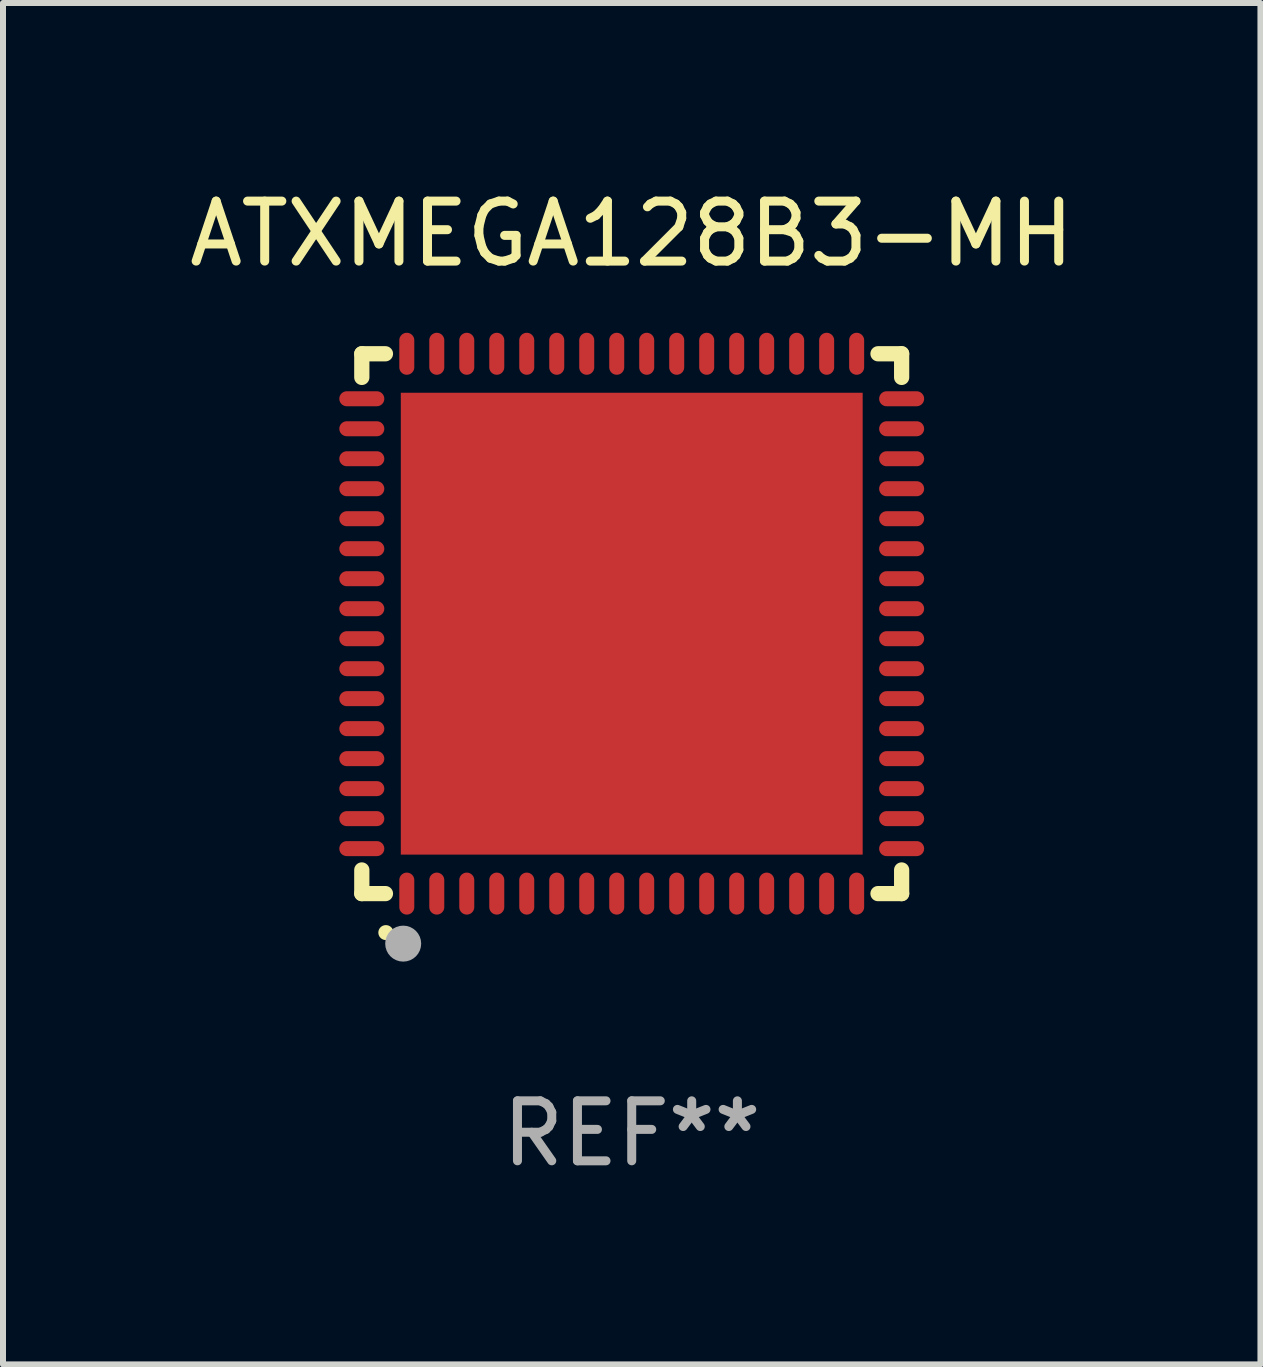
<source format=kicad_pcb>
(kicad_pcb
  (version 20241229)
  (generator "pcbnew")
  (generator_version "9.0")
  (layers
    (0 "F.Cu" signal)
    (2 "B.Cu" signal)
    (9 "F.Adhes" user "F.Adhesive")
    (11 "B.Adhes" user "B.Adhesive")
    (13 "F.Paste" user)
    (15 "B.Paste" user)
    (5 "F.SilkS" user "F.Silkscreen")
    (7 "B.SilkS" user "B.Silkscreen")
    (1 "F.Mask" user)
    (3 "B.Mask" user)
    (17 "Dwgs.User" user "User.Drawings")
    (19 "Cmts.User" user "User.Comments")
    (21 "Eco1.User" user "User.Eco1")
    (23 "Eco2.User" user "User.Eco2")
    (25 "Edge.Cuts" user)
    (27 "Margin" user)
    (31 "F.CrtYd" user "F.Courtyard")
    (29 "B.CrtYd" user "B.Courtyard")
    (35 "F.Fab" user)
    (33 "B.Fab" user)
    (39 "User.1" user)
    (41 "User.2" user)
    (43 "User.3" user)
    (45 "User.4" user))
  (footprint "ATXMEGA128B3-MH"
    (layer "F.Cu")
    (at 7.482 7.348)
    (property "Reference" "ATXMEGA128B3-MH" (at 0 -6.5 0) (layer "F.SilkS") (effects (font (size 1 1) (thickness 0.15))))
    (attr through_hole)
    (fp_line (start -4.5 -4.5) (end -4.106 -4.5) (stroke (width 0.254) (type solid)) (layer "F.SilkS"))
    (fp_line (start -4.5 -4.106) (end -4.5 -4.5) (stroke (width 0.254) (type solid)) (layer "F.SilkS"))
    (fp_line (start -4.5 4.5) (end -4.5 4.106) (stroke (width 0.254) (type solid)) (layer "F.SilkS"))
    (fp_line (start -4.106 4.5) (end -4.5 4.5) (stroke (width 0.254) (type solid)) (layer "F.SilkS"))
    (fp_line (start 4.106 -4.5) (end 4.5 -4.5) (stroke (width 0.254) (type solid)) (layer "F.SilkS"))
    (fp_line (start 4.5 -4.5) (end 4.5 -4.106) (stroke (width 0.254) (type solid)) (layer "F.SilkS"))
    (fp_line (start 4.5 4.106) (end 4.5 4.5) (stroke (width 0.254) (type solid)) (layer "F.SilkS"))
    (fp_line (start 4.5 4.5) (end 4.106 4.5) (stroke (width 0.254) (type solid)) (layer "F.SilkS"))
    (fp_arc (start -4.099987 5.149898) (mid -4.098717 5.149892) (end -4.097447 5.149898) (stroke (width 0.24892) (type solid)) (layer "F.SilkS"))
    (fp_circle (center -4.5 4.5) (end -4.47 4.5) (stroke (width 0.06) (type solid)) (fill no) (layer "F.SilkS"))
    (fp_circle (center -3.81 5.334) (end -3.66 5.334) (stroke (width 0.3) (type solid)) (fill no) (layer "F.Fab"))
    (fp_text user "REF**" (at 0 8.5 0) (layer "F.Fab") (effects (font (size 1 1) (thickness 0.15))))
    (pad "1" smd oval (at -3.75 4.5) (size 0.25 0.7) (layers "F.Cu" "F.Mask" "F.Paste"))
    (pad "2" smd oval (at -3.25 4.5) (size 0.25 0.7) (layers "F.Cu" "F.Mask" "F.Paste"))
    (pad "3" smd oval (at -2.75 4.5) (size 0.25 0.7) (layers "F.Cu" "F.Mask" "F.Paste"))
    (pad "4" smd oval (at -2.25 4.5) (size 0.25 0.7) (layers "F.Cu" "F.Mask" "F.Paste"))
    (pad "5" smd oval (at -1.75 4.5) (size 0.25 0.7) (layers "F.Cu" "F.Mask" "F.Paste"))
    (pad "6" smd oval (at -1.25 4.5) (size 0.25 0.7) (layers "F.Cu" "F.Mask" "F.Paste"))
    (pad "7" smd oval (at -0.75 4.5) (size 0.25 0.7) (layers "F.Cu" "F.Mask" "F.Paste"))
    (pad "8" smd oval (at -0.25 4.5) (size 0.25 0.7) (layers "F.Cu" "F.Mask" "F.Paste"))
    (pad "9" smd oval (at 0.25 4.5) (size 0.25 0.7) (layers "F.Cu" "F.Mask" "F.Paste"))
    (pad "10" smd oval (at 0.75 4.5) (size 0.25 0.7) (layers "F.Cu" "F.Mask" "F.Paste"))
    (pad "11" smd oval (at 1.25 4.5) (size 0.25 0.7) (layers "F.Cu" "F.Mask" "F.Paste"))
    (pad "12" smd oval (at 1.75 4.5) (size 0.25 0.7) (layers "F.Cu" "F.Mask" "F.Paste"))
    (pad "13" smd oval (at 2.25 4.5) (size 0.25 0.7) (layers "F.Cu" "F.Mask" "F.Paste"))
    (pad "14" smd oval (at 2.75 4.5) (size 0.25 0.7) (layers "F.Cu" "F.Mask" "F.Paste"))
    (pad "15" smd oval (at 3.25 4.5) (size 0.25 0.7) (layers "F.Cu" "F.Mask" "F.Paste"))
    (pad "16" smd oval (at 3.75 4.5) (size 0.25 0.7) (layers "F.Cu" "F.Mask" "F.Paste"))
    (pad "17" smd oval (at 4.5 3.75) (size 0.75 0.25) (layers "F.Cu" "F.Mask" "F.Paste"))
    (pad "18" smd oval (at 4.5 3.25) (size 0.75 0.25) (layers "F.Cu" "F.Mask" "F.Paste"))
    (pad "19" smd oval (at 4.5 2.75) (size 0.75 0.25) (layers "F.Cu" "F.Mask" "F.Paste"))
    (pad "20" smd oval (at 4.5 2.25) (size 0.75 0.25) (layers "F.Cu" "F.Mask" "F.Paste"))
    (pad "21" smd oval (at 4.5 1.75) (size 0.75 0.25) (layers "F.Cu" "F.Mask" "F.Paste"))
    (pad "22" smd oval (at 4.5 1.25) (size 0.75 0.25) (layers "F.Cu" "F.Mask" "F.Paste"))
    (pad "23" smd oval (at 4.5 0.75) (size 0.75 0.25) (layers "F.Cu" "F.Mask" "F.Paste"))
    (pad "24" smd oval (at 4.5 0.25) (size 0.75 0.25) (layers "F.Cu" "F.Mask" "F.Paste"))
    (pad "25" smd oval (at 4.5 -0.25) (size 0.75 0.25) (layers "F.Cu" "F.Mask" "F.Paste"))
    (pad "26" smd oval (at 4.5 -0.75) (size 0.75 0.25) (layers "F.Cu" "F.Mask" "F.Paste"))
    (pad "27" smd oval (at 4.5 -1.25) (size 0.75 0.25) (layers "F.Cu" "F.Mask" "F.Paste"))
    (pad "28" smd oval (at 4.5 -1.75) (size 0.75 0.25) (layers "F.Cu" "F.Mask" "F.Paste"))
    (pad "29" smd oval (at 4.5 -2.25) (size 0.75 0.25) (layers "F.Cu" "F.Mask" "F.Paste"))
    (pad "30" smd oval (at 4.5 -2.75) (size 0.75 0.25) (layers "F.Cu" "F.Mask" "F.Paste"))
    (pad "31" smd oval (at 4.5 -3.25) (size 0.75 0.25) (layers "F.Cu" "F.Mask" "F.Paste"))
    (pad "32" smd oval (at 4.5 -3.75) (size 0.75 0.25) (layers "F.Cu" "F.Mask" "F.Paste"))
    (pad "33" smd oval (at 3.75 -4.5) (size 0.25 0.7) (layers "F.Cu" "F.Mask" "F.Paste"))
    (pad "34" smd oval (at 3.25 -4.5) (size 0.25 0.7) (layers "F.Cu" "F.Mask" "F.Paste"))
    (pad "35" smd oval (at 2.75 -4.5) (size 0.25 0.7) (layers "F.Cu" "F.Mask" "F.Paste"))
    (pad "36" smd oval (at 2.25 -4.5) (size 0.25 0.7) (layers "F.Cu" "F.Mask" "F.Paste"))
    (pad "37" smd oval (at 1.75 -4.5) (size 0.25 0.7) (layers "F.Cu" "F.Mask" "F.Paste"))
    (pad "38" smd oval (at 1.25 -4.5) (size 0.25 0.7) (layers "F.Cu" "F.Mask" "F.Paste"))
    (pad "39" smd oval (at 0.75 -4.5) (size 0.25 0.7) (layers "F.Cu" "F.Mask" "F.Paste"))
    (pad "40" smd oval (at 0.25 -4.5) (size 0.25 0.7) (layers "F.Cu" "F.Mask" "F.Paste"))
    (pad "41" smd oval (at -0.25 -4.5) (size 0.25 0.7) (layers "F.Cu" "F.Mask" "F.Paste"))
    (pad "42" smd oval (at -0.75 -4.5) (size 0.25 0.7) (layers "F.Cu" "F.Mask" "F.Paste"))
    (pad "43" smd oval (at -1.25 -4.5) (size 0.25 0.7) (layers "F.Cu" "F.Mask" "F.Paste"))
    (pad "44" smd oval (at -1.75 -4.5) (size 0.25 0.7) (layers "F.Cu" "F.Mask" "F.Paste"))
    (pad "45" smd oval (at -2.25 -4.5) (size 0.25 0.7) (layers "F.Cu" "F.Mask" "F.Paste"))
    (pad "46" smd oval (at -2.75 -4.5) (size 0.25 0.7) (layers "F.Cu" "F.Mask" "F.Paste"))
    (pad "47" smd oval (at -3.25 -4.5) (size 0.25 0.7) (layers "F.Cu" "F.Mask" "F.Paste"))
    (pad "48" smd oval (at -3.75 -4.5) (size 0.25 0.7) (layers "F.Cu" "F.Mask" "F.Paste"))
    (pad "49" smd oval (at -4.5 -3.75) (size 0.75 0.25) (layers "F.Cu" "F.Mask" "F.Paste"))
    (pad "50" smd oval (at -4.5 -3.25) (size 0.75 0.25) (layers "F.Cu" "F.Mask" "F.Paste"))
    (pad "51" smd oval (at -4.5 -2.75) (size 0.75 0.25) (layers "F.Cu" "F.Mask" "F.Paste"))
    (pad "52" smd oval (at -4.5 -2.25) (size 0.75 0.25) (layers "F.Cu" "F.Mask" "F.Paste"))
    (pad "53" smd oval (at -4.5 -1.75) (size 0.75 0.25) (layers "F.Cu" "F.Mask" "F.Paste"))
    (pad "54" smd oval (at -4.5 -1.25) (size 0.75 0.25) (layers "F.Cu" "F.Mask" "F.Paste"))
    (pad "55" smd oval (at -4.5 -0.75) (size 0.75 0.25) (layers "F.Cu" "F.Mask" "F.Paste"))
    (pad "56" smd oval (at -4.5 -0.25) (size 0.75 0.25) (layers "F.Cu" "F.Mask" "F.Paste"))
    (pad "57" smd oval (at -4.5 0.25) (size 0.75 0.25) (layers "F.Cu" "F.Mask" "F.Paste"))
    (pad "58" smd oval (at -4.5 0.75) (size 0.75 0.25) (layers "F.Cu" "F.Mask" "F.Paste"))
    (pad "59" smd oval (at -4.5 1.25) (size 0.75 0.25) (layers "F.Cu" "F.Mask" "F.Paste"))
    (pad "60" smd oval (at -4.5 1.75) (size 0.75 0.25) (layers "F.Cu" "F.Mask" "F.Paste"))
    (pad "61" smd oval (at -4.5 2.25) (size 0.75 0.25) (layers "F.Cu" "F.Mask" "F.Paste"))
    (pad "62" smd oval (at -4.5 2.75) (size 0.75 0.25) (layers "F.Cu" "F.Mask" "F.Paste"))
    (pad "63" smd oval (at -4.5 3.25) (size 0.75 0.25) (layers "F.Cu" "F.Mask" "F.Paste"))
    (pad "64" smd oval (at -4.5 3.75) (size 0.75 0.25) (layers "F.Cu" "F.Mask" "F.Paste"))
    (pad "65" smd rect (at 0.000394 -0.000013) (size 7.7 7.7) (layers "F.Cu" "F.Mask" "F.Paste")))
  (gr_rect
    (start -3 -3)
    (end 17.964 19.697)
    (stroke (width 0.1) (type default))
    (fill no)
    (layer "Edge.Cuts")))
</source>
